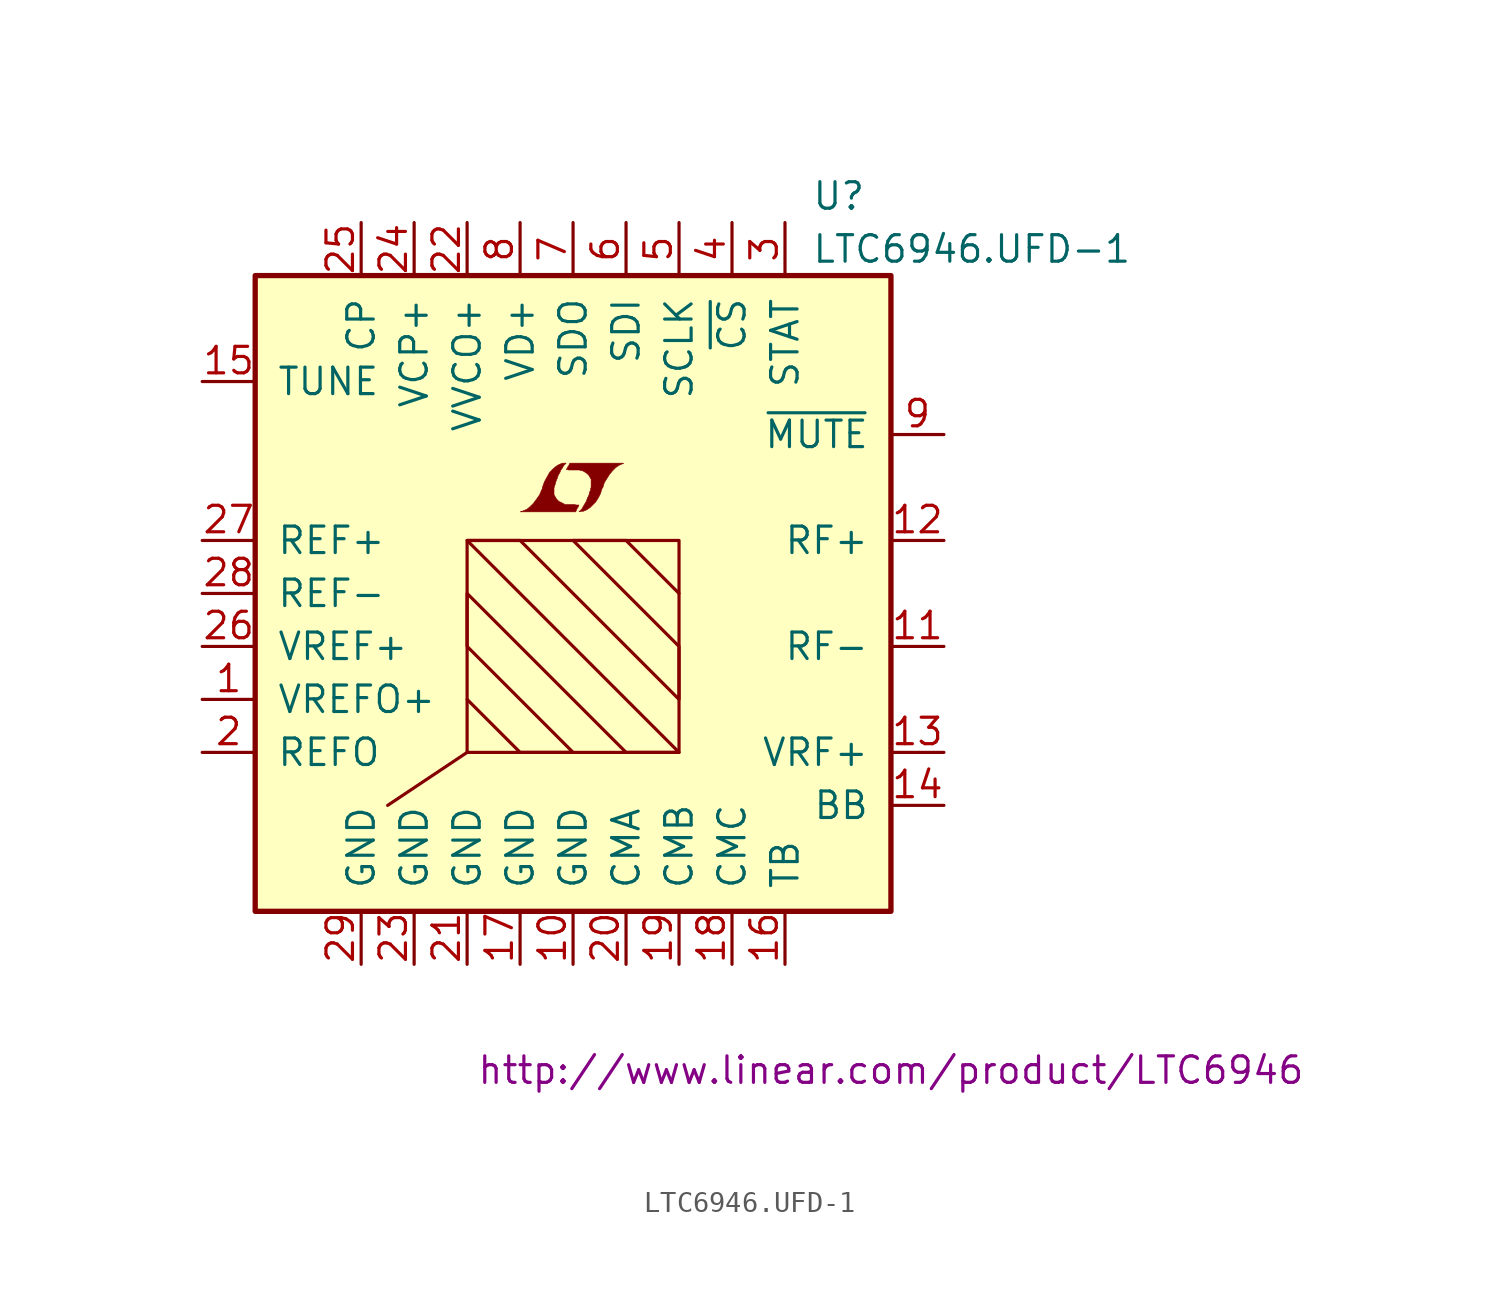
<source format=kicad_sym>
(kicad_symbol_lib
  (version 20201005)
  (generator kicad_symbol_editor)
  (symbol "LTC6946.UFD-1"
    (pin_names
      (offset 1.016))
    (property "Reference" "U"
      (at 11.43 19.05 0)
      (effects (font (size 1.27 1.27)) (justify left)))
    (property "Value" "LTC6946.UFD-1"
      (at 11.43 16.51 0)
      (effects (font (size 1.27 1.27)) (justify left)))
    (property "Datasheet" "http://www.linear.com/product/LTC6946"
      (at 15.24 -22.86 0)
      (effects (font (size 1.27 1.27))))
    (symbol "LTC6946.UFD-1_0_0"
      (polyline (pts (xy 0.203 4.089) (xy 0.229 4.115) (xy 0.279 4.216) (xy 0.279 4.242) (xy 0.152 4.242) (xy 0.051 4.267) (xy -0.406 4.267) (xy -0.432 4.293) (xy -0.686 4.42) (xy -0.787 4.521) (xy -0.864 4.648) (xy -0.914 4.75) (xy -0.914 5.055) (xy -0.864 5.207) (xy -0.838 5.309) (xy -0.813 5.385) (xy -0.762 5.512) (xy -0.711 5.664) (xy -0.635 5.791) (xy -0.584 5.918) (xy -0.508 6.02) (xy -0.457 6.121) (xy -0.33 6.248) (xy -0.508 6.248) (xy -0.635 6.198) (xy -0.737 6.147) (xy -0.813 6.096) (xy -0.94 5.994) (xy -1.118 5.817) (xy -1.372 5.359) (xy -1.473 5.08) (xy -1.473 5.029) (xy -1.524 4.928) (xy -1.575 4.801) (xy -1.626 4.699) (xy -1.753 4.521) (xy -1.905 4.318) (xy -2.057 4.166) (xy -2.21 4.039) (xy -2.388 3.962) (xy -2.54 3.912) (xy 0.127 3.912) (xy 0.203 4.089)) (stroke (width 0.025)) (fill (type outline)))
      (polyline (pts (xy 0.406 3.937) (xy 0.483 3.937) (xy 0.66 4.013) (xy 0.813 4.115) (xy 1.092 4.394) (xy 1.219 4.597) (xy 1.321 4.801) (xy 1.397 5.055) (xy 1.422 5.055) (xy 1.499 5.309) (xy 1.753 5.715) (xy 1.905 5.893) (xy 2.057 6.045) (xy 2.21 6.147) (xy 2.388 6.223) (xy 2.413 6.223) (xy 2.413 6.248) (xy -0.152 6.248) (xy -0.229 6.096) (xy -0.254 6.071) (xy -0.305 5.969) (xy -0.33 5.944) (xy -0.279 5.944) (xy -0.229 5.918) (xy 0.305 5.918) (xy 0.356 5.893) (xy 0.406 5.893) (xy 0.483 5.867) (xy 0.61 5.791) (xy 0.737 5.69) (xy 0.813 5.563) (xy 0.838 5.512) (xy 0.864 5.486) (xy 0.864 5.08) (xy 0.838 5.029) (xy 0.838 4.953) (xy 0.787 4.851) (xy 0.762 4.724) (xy 0.686 4.572) (xy 0.635 4.42) (xy 0.483 4.166) (xy 0.432 4.064) (xy 0.279 3.912) (xy 0.406 3.937)) (stroke (width 0.025)) (fill (type outline))))
    (symbol "LTC6946.UFD-1_0_1"
      (rectangle (start -15.24 15.24) (end 15.24 -15.24) (stroke (width 0.254)) (fill (type background)))
      (rectangle (start -5.08 -7.62) (end 5.08 2.54) (stroke (width 0)) (fill (type none)))
      (polyline (pts (xy -5.08 -7.62) (xy -8.89 -10.16)) (stroke (width 0)) (fill (type none)))
      (polyline (pts (xy -5.08 -5.08) (xy -2.54 -7.62) (xy 0 -7.62) (xy -5.08 -2.54) (xy -5.08 0) (xy 2.54 -7.62) (xy 5.08 -7.62) (xy -5.08 2.54) (xy -2.54 2.54) (xy 5.08 -5.08) (xy 5.08 -2.54) (xy 0 2.54) (xy 2.54 2.54) (xy 5.08 0)) (stroke (width 0)) (fill (type none))))
    (symbol "LTC6946.UFD-1_1_1"
      (pin power_in line (at -17.78 -5.08 0) (length 2.54) (name "VREFO+" (effects (font (size 1.27 1.27)))) (number "1" (effects (font (size 1.27 1.27)))))
      (pin output line (at -17.78 -7.62 0) (length 2.54) (name "REFO" (effects (font (size 1.27 1.27)))) (number "2" (effects (font (size 1.27 1.27)))))
      (pin output line (at 10.16 17.78 270) (length 2.54) (name "STAT" (effects (font (size 1.27 1.27)))) (number "3" (effects (font (size 1.27 1.27)))))
      (pin input line (at 7.62 17.78 270) (length 2.54) (name "~CS~" (effects (font (size 1.27 1.27)))) (number "4" (effects (font (size 1.27 1.27)))))
      (pin input line (at 5.08 17.78 270) (length 2.54) (name "SCLK" (effects (font (size 1.27 1.27)))) (number "5" (effects (font (size 1.27 1.27)))))
      (pin input line (at 2.54 17.78 270) (length 2.54) (name "SDI" (effects (font (size 1.27 1.27)))) (number "6" (effects (font (size 1.27 1.27)))))
      (pin output line (at 0 17.78 270) (length 2.54) (name "SDO" (effects (font (size 1.27 1.27)))) (number "7" (effects (font (size 1.27 1.27)))))
      (pin power_in line (at -2.54 17.78 270) (length 2.54) (name "VD+" (effects (font (size 1.27 1.27)))) (number "8" (effects (font (size 1.27 1.27)))))
      (pin input line (at 17.78 7.62 180) (length 2.54) (name "~MUTE~" (effects (font (size 1.27 1.27)))) (number "9" (effects (font (size 1.27 1.27)))))
      (pin power_in line (at 0 -17.78 90) (length 2.54) (name "GND" (effects (font (size 1.27 1.27)))) (number "10" (effects (font (size 1.27 1.27)))))
      (pin passive line (at 2.54 -17.78 90) (length 2.54) (name "CMA" (effects (font (size 1.27 1.27)))) (number "20" (effects (font (size 1.27 1.27)))))
      (pin output line (at 17.78 -2.54 180) (length 2.54) (name "RF-" (effects (font (size 1.27 1.27)))) (number "11" (effects (font (size 1.27 1.27)))))
      (pin power_in line (at -5.08 -17.78 90) (length 2.54) (name "GND" (effects (font (size 1.27 1.27)))) (number "21" (effects (font (size 1.27 1.27)))))
      (pin output line (at 17.78 2.54 180) (length 2.54) (name "RF+" (effects (font (size 1.27 1.27)))) (number "12" (effects (font (size 1.27 1.27)))))
      (pin power_in line (at -5.08 17.78 270) (length 2.54) (name "VVCO+" (effects (font (size 1.27 1.27)))) (number "22" (effects (font (size 1.27 1.27)))))
      (pin power_in line (at 17.78 -7.62 180) (length 2.54) (name "VRF+" (effects (font (size 1.27 1.27)))) (number "13" (effects (font (size 1.27 1.27)))))
      (pin power_in line (at -7.62 -17.78 90) (length 2.54) (name "GND" (effects (font (size 1.27 1.27)))) (number "23" (effects (font (size 1.27 1.27)))))
      (pin passive line (at 17.78 -10.16 180) (length 2.54) (name "BB" (effects (font (size 1.27 1.27)))) (number "14" (effects (font (size 1.27 1.27)))))
      (pin power_in line (at -7.62 17.78 270) (length 2.54) (name "VCP+" (effects (font (size 1.27 1.27)))) (number "24" (effects (font (size 1.27 1.27)))))
      (pin input line (at -17.78 10.16 0) (length 2.54) (name "TUNE" (effects (font (size 1.27 1.27)))) (number "15" (effects (font (size 1.27 1.27)))))
      (pin passive line (at -10.16 17.78 270) (length 2.54) (name "CP" (effects (font (size 1.27 1.27)))) (number "25" (effects (font (size 1.27 1.27)))))
      (pin passive line (at 10.16 -17.78 90) (length 2.54) (name "TB" (effects (font (size 1.27 1.27)))) (number "16" (effects (font (size 1.27 1.27)))))
      (pin power_in line (at -17.78 -2.54 0) (length 2.54) (name "VREF+" (effects (font (size 1.27 1.27)))) (number "26" (effects (font (size 1.27 1.27)))))
      (pin power_in line (at -2.54 -17.78 90) (length 2.54) (name "GND" (effects (font (size 1.27 1.27)))) (number "17" (effects (font (size 1.27 1.27)))))
      (pin input line (at -17.78 2.54 0) (length 2.54) (name "REF+" (effects (font (size 1.27 1.27)))) (number "27" (effects (font (size 1.27 1.27)))))
      (pin passive line (at 7.62 -17.78 90) (length 2.54) (name "CMC" (effects (font (size 1.27 1.27)))) (number "18" (effects (font (size 1.27 1.27)))))
      (pin input line (at -17.78 0 0) (length 2.54) (name "REF-" (effects (font (size 1.27 1.27)))) (number "28" (effects (font (size 1.27 1.27)))))
      (pin passive line (at 5.08 -17.78 90) (length 2.54) (name "CMB" (effects (font (size 1.27 1.27)))) (number "19" (effects (font (size 1.27 1.27)))))
      (pin power_in line (at -10.16 -17.78 90) (length 2.54) (name "GND" (effects (font (size 1.27 1.27)))) (number "29" (effects (font (size 1.27 1.27))))))))
</source>
